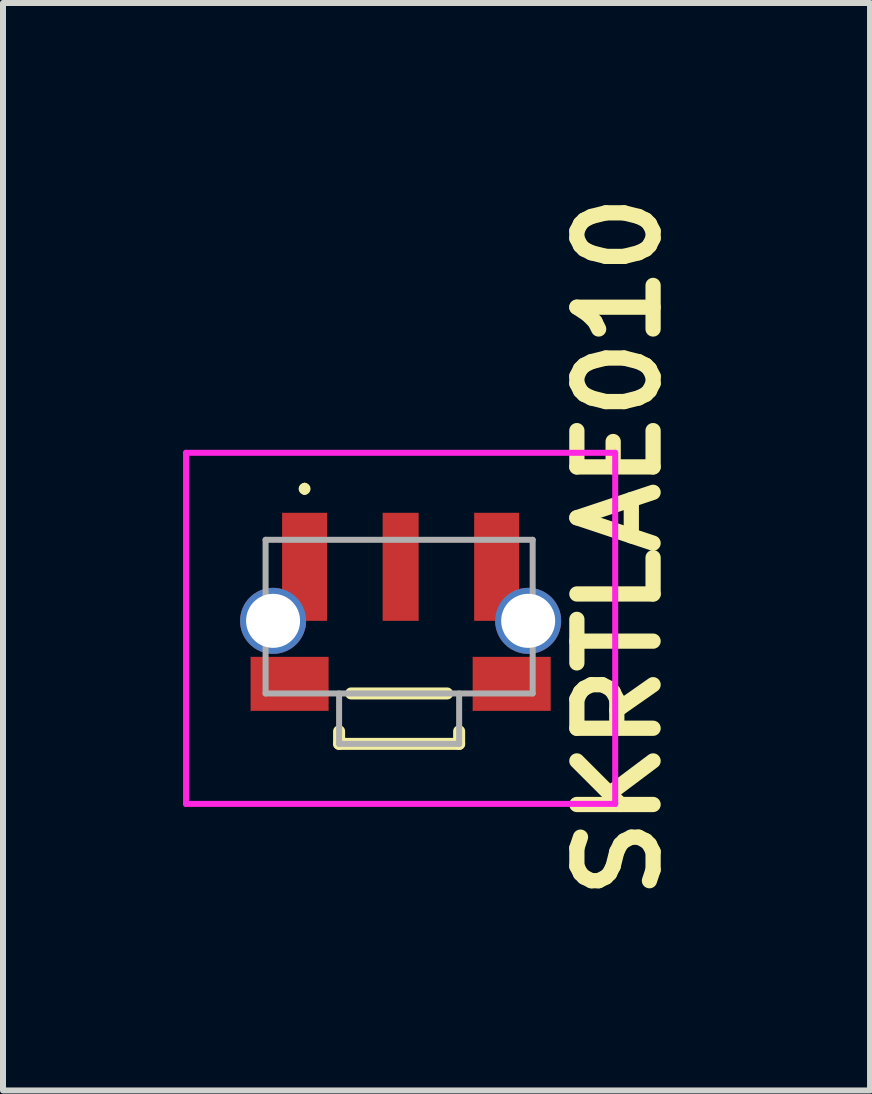
<source format=kicad_pcb>
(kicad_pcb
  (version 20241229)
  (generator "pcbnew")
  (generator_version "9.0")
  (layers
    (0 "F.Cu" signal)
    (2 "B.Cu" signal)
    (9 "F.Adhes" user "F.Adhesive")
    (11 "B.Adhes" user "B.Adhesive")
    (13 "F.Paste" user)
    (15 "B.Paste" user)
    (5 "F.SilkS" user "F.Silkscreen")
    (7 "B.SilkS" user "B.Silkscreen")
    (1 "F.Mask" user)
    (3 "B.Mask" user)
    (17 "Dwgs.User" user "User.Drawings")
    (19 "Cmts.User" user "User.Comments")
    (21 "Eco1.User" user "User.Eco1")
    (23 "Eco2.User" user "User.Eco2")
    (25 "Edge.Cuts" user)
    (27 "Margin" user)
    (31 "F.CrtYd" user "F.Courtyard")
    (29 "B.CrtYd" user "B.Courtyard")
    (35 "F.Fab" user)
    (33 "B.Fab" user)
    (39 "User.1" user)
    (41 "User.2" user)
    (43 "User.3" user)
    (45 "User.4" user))
  (footprint "SKRTLAE010"
    (layer "F.Cu")
    (at 3.6 7.644)
    (property "Reference" "SKRTLAE010" (at 3.657 -1.584 90) (layer "F.SilkS") (effects (font (size 1.27 1.27) (thickness 0.254))))
    (attr through_hole)
    (fp_line (start -1.575 -2.6) (end -1.575 -2.6) (stroke (width 0.1) (type solid)) (layer "F.SilkS"))
    (fp_line (start -1.575 -2.5) (end -1.575 -2.5) (stroke (width 0.1) (type solid)) (layer "F.SilkS"))
    (fp_line (start -1 1.49) (end -1 1.7) (stroke (width 0.2) (type solid)) (layer "F.SilkS"))
    (fp_line (start -1 1.7) (end 1 1.7) (stroke (width 0.2) (type solid)) (layer "F.SilkS"))
    (fp_line (start 0.8 0.86) (end -0.8 0.86) (stroke (width 0.2) (type solid)) (layer "F.SilkS"))
    (fp_line (start 1 1.7) (end 1 1.49) (stroke (width 0.2) (type solid)) (layer "F.SilkS"))
    (fp_arc (start -1.575 -2.6) (mid -1.525 -2.55) (end -1.575 -2.5) (stroke (width 0.1) (type solid)) (layer "F.SilkS"))
    (fp_arc (start -1.575 -2.5) (mid -1.625 -2.55) (end -1.575 -2.6) (stroke (width 0.1) (type solid)) (layer "F.SilkS"))
    (fp_line (start -3.55 -3.15) (end -3.55 2.7) (stroke (width 0.1) (type solid)) (layer "F.CrtYd"))
    (fp_line (start -3.55 2.7) (end 3.6 2.7) (stroke (width 0.1) (type solid)) (layer "F.CrtYd"))
    (fp_line (start 3.6 -3.15) (end -3.55 -3.15) (stroke (width 0.1) (type solid)) (layer "F.CrtYd"))
    (fp_line (start 3.6 2.7) (end 3.6 -3.15) (stroke (width 0.1) (type solid)) (layer "F.CrtYd"))
    (fp_line (start -2.225 -1.7) (end -2.225 0.86) (stroke (width 0.1) (type solid)) (layer "F.Fab"))
    (fp_line (start -2.225 0.86) (end 2.225 0.86) (stroke (width 0.1) (type solid)) (layer "F.Fab"))
    (fp_line (start -1 0.86) (end -1 1.7) (stroke (width 0.1) (type solid)) (layer "F.Fab"))
    (fp_line (start -1 1.7) (end 1 1.7) (stroke (width 0.1) (type solid)) (layer "F.Fab"))
    (fp_line (start 1 1.7) (end 1 0.86) (stroke (width 0.1) (type solid)) (layer "F.Fab"))
    (fp_line (start 2.225 -1.7) (end -2.225 -1.7) (stroke (width 0.1) (type solid)) (layer "F.Fab"))
    (fp_line (start 2.225 0.86) (end 2.225 -1.7) (stroke (width 0.1) (type solid)) (layer "F.Fab"))
    (pad "1" thru_hole circle (at -2.1 -0.35) (size 1.1 1.1) (drill 0.9) (layers "*.Cu" "*.Mask"))
    (pad "1" smd rect (at -1.575 -1.25) (size 0.75 1.8) (layers "F.Cu" "F.Mask" "F.Paste"))
    (pad "2" smd rect (at 0.025 -1.25) (size 0.6 1.8) (layers "F.Cu" "F.Mask" "F.Paste"))
    (pad "3" smd rect (at 1.625 -1.25) (size 0.75 1.8) (layers "F.Cu" "F.Mask" "F.Paste"))
    (pad "3" thru_hole circle (at 2.15 -0.35) (size 1.1 1.1) (drill 0.9) (layers "*.Cu" "*.Mask"))
    (pad "MP1" smd rect (at -1.825 0.7 90) (size 0.9 1.3) (layers "F.Cu" "F.Mask" "F.Paste"))
    (pad "MP2" smd rect (at 1.875 0.7 90) (size 0.9 1.3) (layers "F.Cu" "F.Mask" "F.Paste")))
  (gr_rect
    (start -3 -3)
    (end 11.446 15.119)
    (stroke (width 0.1) (type default))
    (fill no)
    (layer "Edge.Cuts")))
</source>
